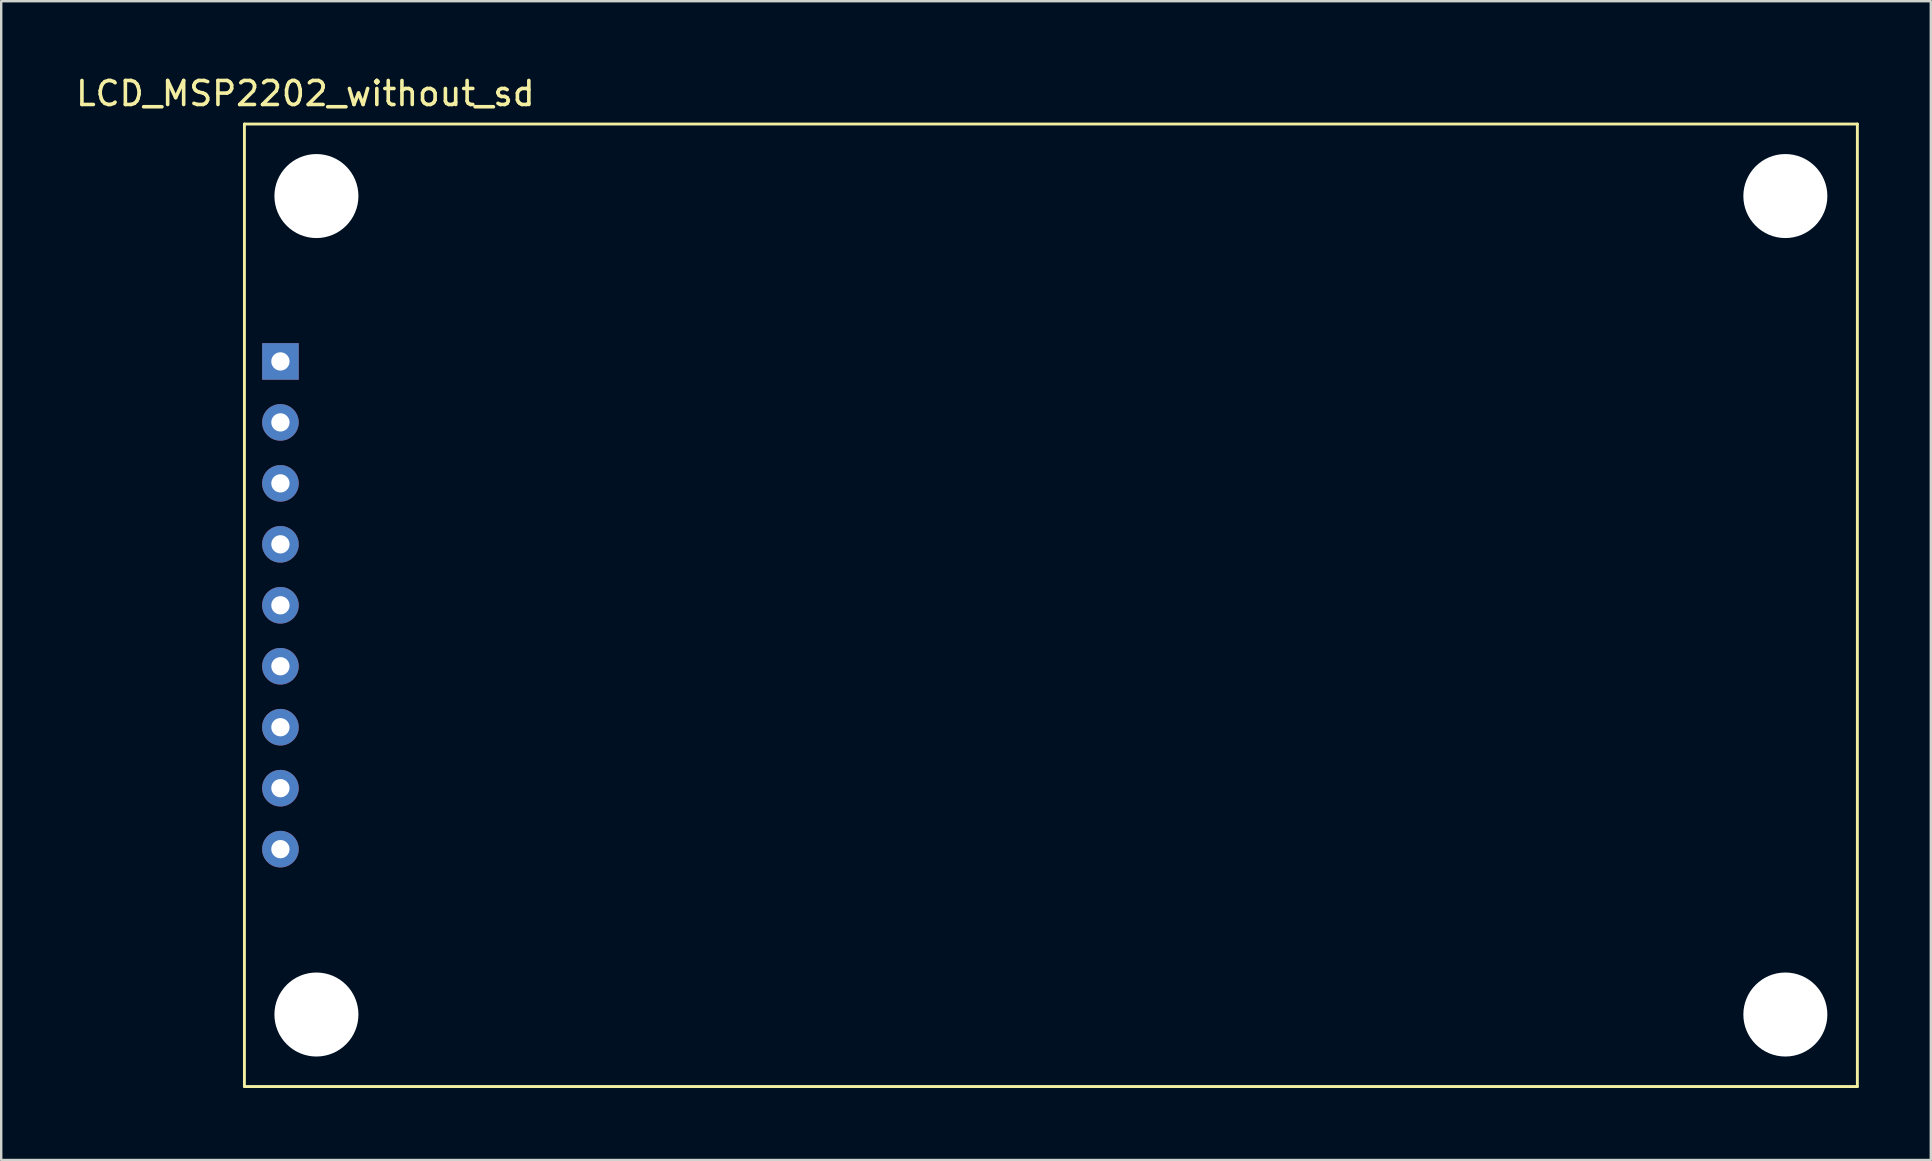
<source format=kicad_pcb>
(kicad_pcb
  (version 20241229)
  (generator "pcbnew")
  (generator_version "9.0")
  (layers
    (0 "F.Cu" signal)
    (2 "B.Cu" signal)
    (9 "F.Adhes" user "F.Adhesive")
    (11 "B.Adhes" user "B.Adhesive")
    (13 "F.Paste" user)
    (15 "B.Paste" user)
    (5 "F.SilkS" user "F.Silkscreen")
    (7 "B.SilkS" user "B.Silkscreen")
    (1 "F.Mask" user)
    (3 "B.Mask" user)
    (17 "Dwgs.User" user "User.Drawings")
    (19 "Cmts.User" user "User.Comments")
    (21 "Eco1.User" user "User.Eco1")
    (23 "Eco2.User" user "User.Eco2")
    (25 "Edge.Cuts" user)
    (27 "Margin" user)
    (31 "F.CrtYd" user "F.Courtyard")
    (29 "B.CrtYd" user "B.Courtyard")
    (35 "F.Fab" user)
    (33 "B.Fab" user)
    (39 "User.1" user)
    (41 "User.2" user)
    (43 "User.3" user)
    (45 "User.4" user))
  (footprint "LCD_MSP2202_without_sd"
    (layer "F.Cu")
    (at 7.133 2.118)
    (property "Reference" "LCD_MSP2202_without_sd" (at 2.54 -1.27 0) (layer "F.SilkS") (effects (font (size 1 1) (thickness 0.15))))
    (attr through_hole)
    (fp_line (start 0 0) (end 0 40.1) (stroke (width 0.12) (type solid)) (layer "F.SilkS"))
    (fp_line (start 0 0) (end 67.2 0) (stroke (width 0.12) (type solid)) (layer "F.SilkS"))
    (fp_line (start 0 40.1) (end 67.2 40.1) (stroke (width 0.12) (type solid)) (layer "F.SilkS"))
    (fp_line (start 67.2 0) (end 67.2 40.1) (stroke (width 0.12) (type solid)) (layer "F.SilkS"))
    (pad "" np_thru_hole circle (at 3 3) (size 3.5 3.5) (drill 3.5) (layers "*.Cu" "*.Mask"))
    (pad "" np_thru_hole circle (at 3 37.1) (size 3.5 3.5) (drill 3.5) (layers "*.Cu" "*.Mask"))
    (pad "" np_thru_hole circle (at 64.2 3) (size 3.5 3.5) (drill 3.5) (layers "*.Cu" "*.Mask"))
    (pad "" np_thru_hole circle (at 64.2 37.1) (size 3.5 3.5) (drill 3.5) (layers "*.Cu" "*.Mask"))
    (pad "1" thru_hole rect (at 1.5 9.89) (size 1.524 1.524) (drill 0.762) (layers "*.Cu" "*.Mask"))
    (pad "2" thru_hole circle (at 1.5 12.43) (size 1.524 1.524) (drill 0.762) (layers "*.Cu" "*.Mask"))
    (pad "3" thru_hole circle (at 1.5 14.97) (size 1.524 1.524) (drill 0.762) (layers "*.Cu" "*.Mask"))
    (pad "4" thru_hole circle (at 1.5 17.51) (size 1.524 1.524) (drill 0.762) (layers "*.Cu" "*.Mask"))
    (pad "5" thru_hole circle (at 1.5 20.05) (size 1.524 1.524) (drill 0.762) (layers "*.Cu" "*.Mask"))
    (pad "6" thru_hole circle (at 1.5 22.59) (size 1.524 1.524) (drill 0.762) (layers "*.Cu" "*.Mask"))
    (pad "7" thru_hole circle (at 1.5 25.13) (size 1.524 1.524) (drill 0.762) (layers "*.Cu" "*.Mask"))
    (pad "8" thru_hole circle (at 1.5 27.67) (size 1.524 1.524) (drill 0.762) (layers "*.Cu" "*.Mask"))
    (pad "9" thru_hole circle (at 1.5 30.21) (size 1.524 1.524) (drill 0.762) (layers "*.Cu" "*.Mask")))
  (gr_rect
    (start -3 -3)
    (end 77.393 45.278)
    (stroke (width 0.1) (type default))
    (fill no)
    (layer "Edge.Cuts")))
</source>
